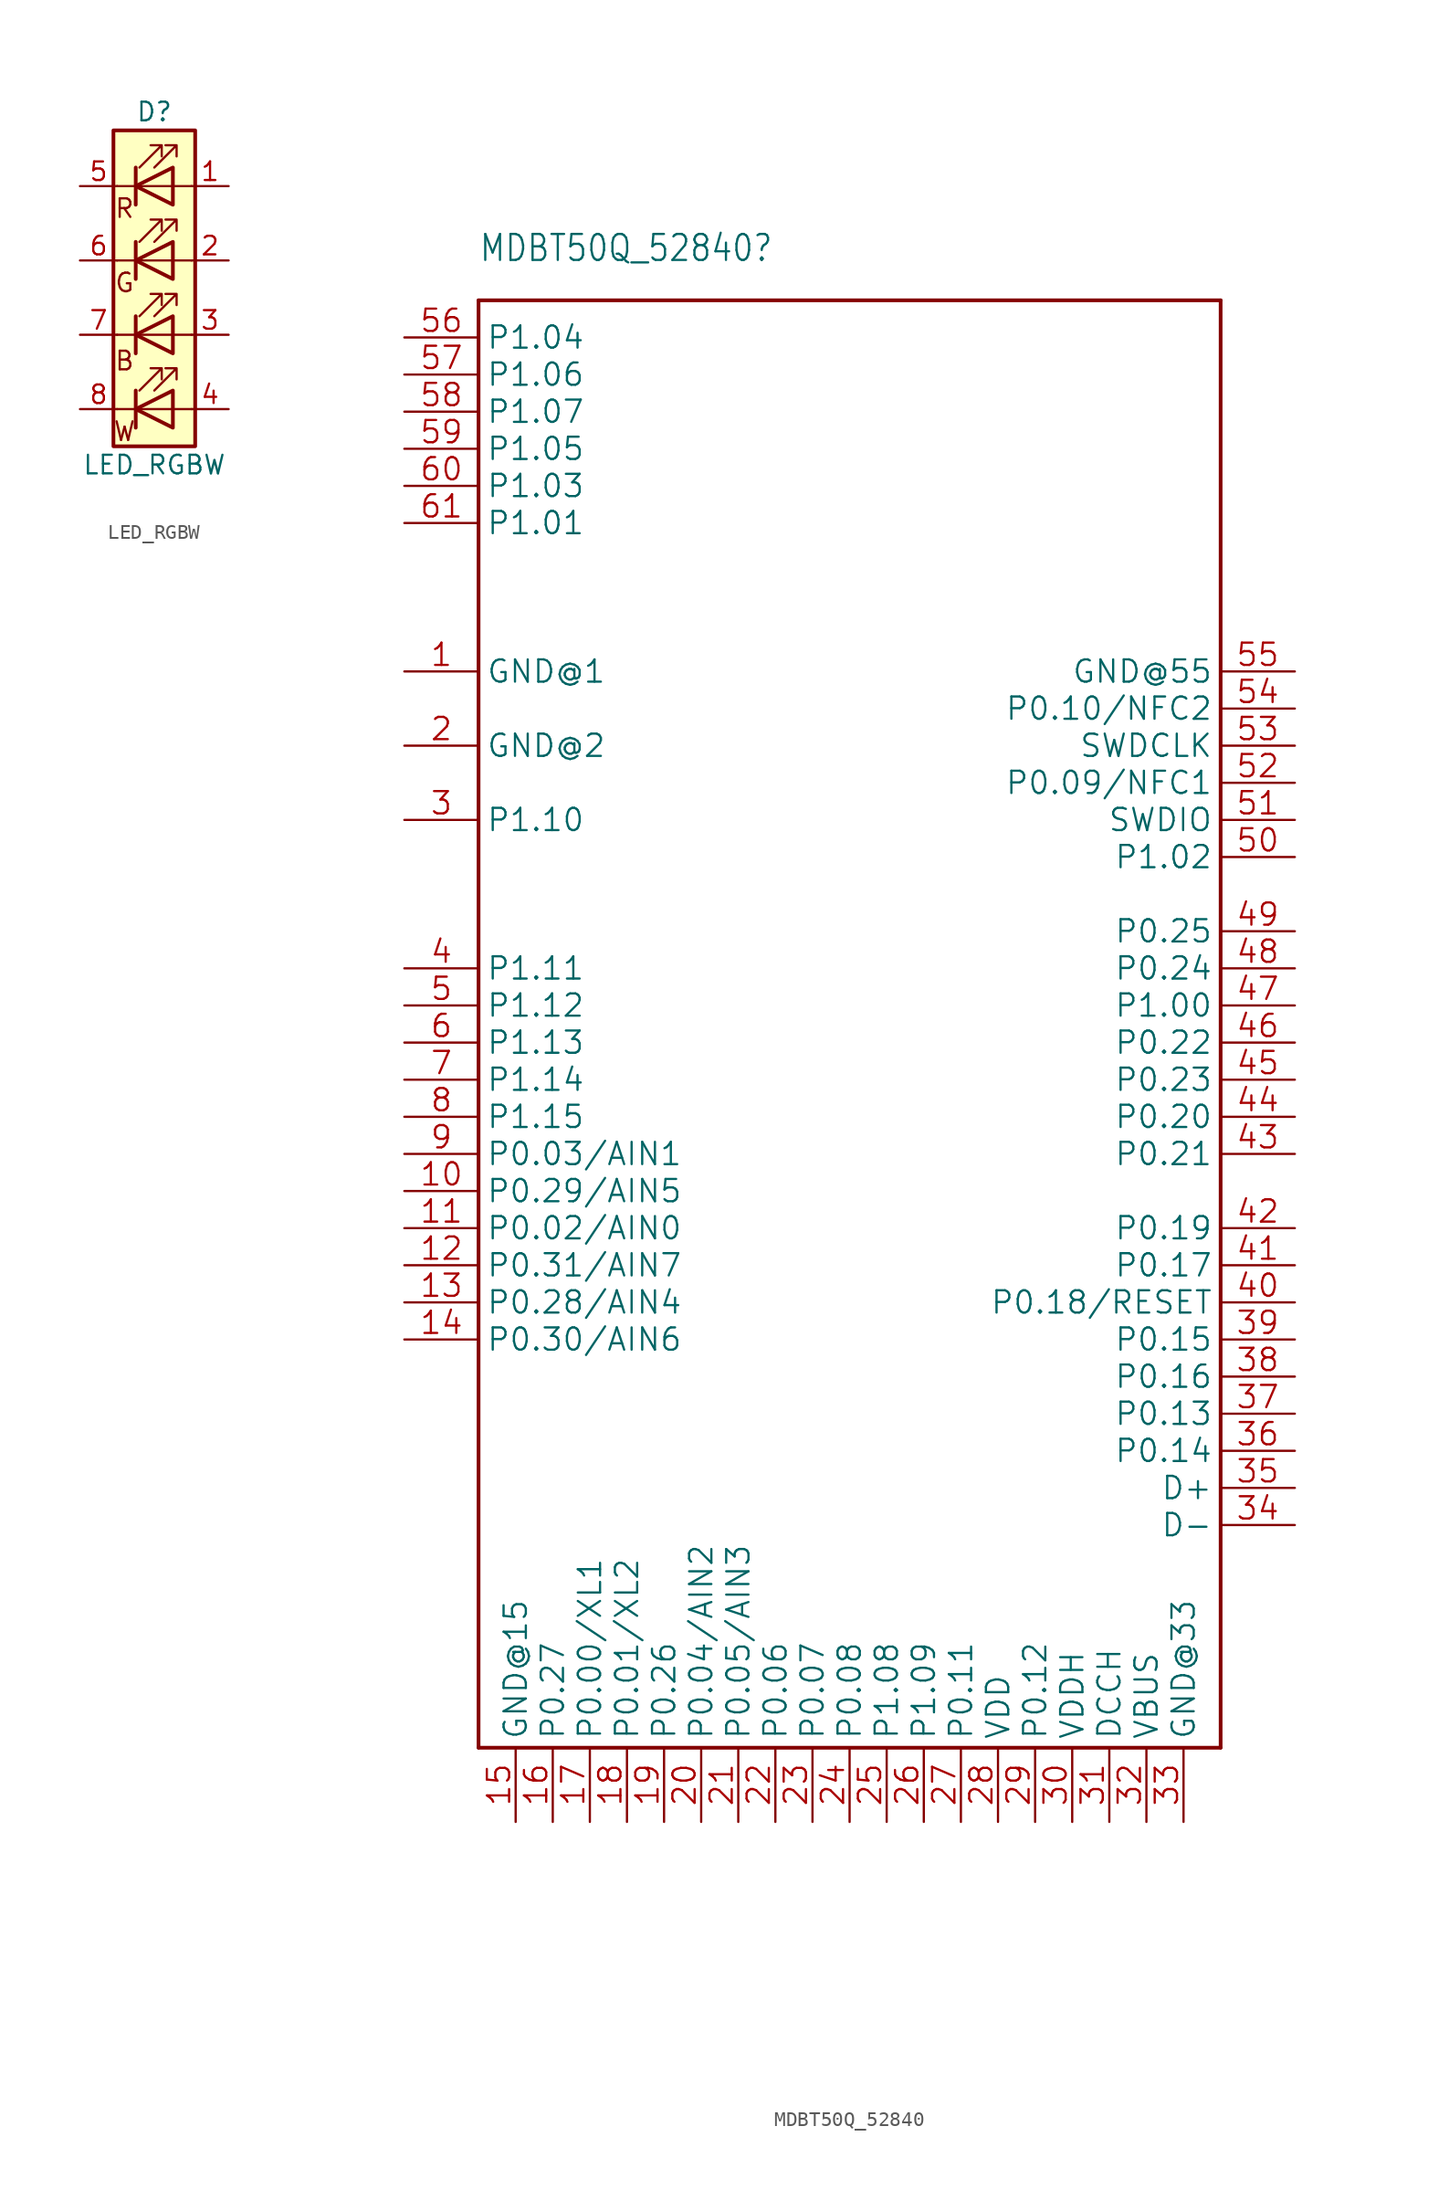
<source format=kicad_sym>
(kicad_symbol_lib
  (version 20241209)
  (generator "kicad_symbol_editor")
  (generator_version "9.0")
  (symbol "LED_RGBW"
    (pin_names
      (offset 0)
      (hide yes))
    (property "Reference" "D"
      (at 0 15.24 0)
      (effects (font (size 1.27 1.27))))
    (property "Value" "LED_RGBW"
      (at 0 -8.89 0)
      (effects (font (size 1.27 1.27))))
    (symbol "LED_RGBW_0_0"
      (text "R" (at -2.032 8.636 0) (effects (font (size 1.27 1.27))))
      (text "G" (at -2.032 3.556 0) (effects (font (size 1.27 1.27))))
      (text "B" (at -2.032 -1.778 0) (effects (font (size 1.27 1.27)))))
    (symbol "LED_RGBW_0_1"
      (rectangle (start -2.794 13.97) (end 2.794 -7.62) (stroke (width 0.254) (type default)) (fill (type background)))
      (polyline (pts (xy -1.27 11.43) (xy -1.27 8.89)) (stroke (width 0.254) (type default)) (fill (type none)))
      (polyline (pts (xy -1.27 10.16) (xy -2.54 10.16)) (stroke (width 0) (type default)) (fill (type none)))
      (polyline (pts (xy -1.27 10.16) (xy 1.27 10.16)) (stroke (width 0) (type default)) (fill (type none)))
      (polyline (pts (xy -1.27 6.35) (xy -1.27 3.81)) (stroke (width 0.254) (type default)) (fill (type none)))
      (polyline (pts (xy -1.27 6.35) (xy -1.27 3.81) (xy -1.27 3.81)) (stroke (width 0) (type default)) (fill (type none)))
      (polyline (pts (xy -1.27 5.08) (xy -2.54 5.08)) (stroke (width 0) (type default)) (fill (type none)))
      (polyline (pts (xy -1.27 5.08) (xy 1.27 5.08)) (stroke (width 0) (type default)) (fill (type none)))
      (polyline (pts (xy -1.27 1.27) (xy -1.27 -1.27)) (stroke (width 0.254) (type default)) (fill (type none)))
      (polyline (pts (xy -1.27 1.27) (xy -1.27 -1.27) (xy -1.27 -1.27)) (stroke (width 0) (type default)) (fill (type none)))
      (polyline (pts (xy -1.27 0) (xy -2.54 0)) (stroke (width 0) (type default)) (fill (type none)))
      (polyline (pts (xy -1.27 -3.81) (xy -1.27 -6.35)) (stroke (width 0.254) (type default)) (fill (type none)))
      (polyline (pts (xy -1.27 -5.08) (xy -2.54 -5.08)) (stroke (width 0) (type default)) (fill (type none)))
      (polyline (pts (xy -1.27 -5.08) (xy 1.27 -5.08)) (stroke (width 0) (type default)) (fill (type none)))
      (polyline (pts (xy -1.016 11.43) (xy 0.508 12.954) (xy -0.254 12.954) (xy 0.508 12.954) (xy 0.508 12.192)) (stroke (width 0) (type default)) (fill (type none)))
      (polyline (pts (xy -1.016 6.35) (xy 0.508 7.874) (xy -0.254 7.874) (xy 0.508 7.874) (xy 0.508 7.112)) (stroke (width 0) (type default)) (fill (type none)))
      (polyline (pts (xy -1.016 1.27) (xy 0.508 2.794) (xy -0.254 2.794) (xy 0.508 2.794) (xy 0.508 2.032)) (stroke (width 0) (type default)) (fill (type none)))
      (polyline (pts (xy -1.016 -3.81) (xy 0.508 -2.286) (xy -0.254 -2.286) (xy 0.508 -2.286) (xy 0.508 -3.048)) (stroke (width 0) (type default)) (fill (type none)))
      (polyline (pts (xy 0 11.43) (xy 1.524 12.954) (xy 0.762 12.954) (xy 1.524 12.954) (xy 1.524 12.192)) (stroke (width 0) (type default)) (fill (type none)))
      (polyline (pts (xy 0 6.35) (xy 1.524 7.874) (xy 0.762 7.874) (xy 1.524 7.874) (xy 1.524 7.112)) (stroke (width 0) (type default)) (fill (type none)))
      (polyline (pts (xy 0 1.27) (xy 1.524 2.794) (xy 0.762 2.794) (xy 1.524 2.794) (xy 1.524 2.032)) (stroke (width 0) (type default)) (fill (type none)))
      (polyline (pts (xy 0 -3.81) (xy 1.524 -2.286) (xy 0.762 -2.286) (xy 1.524 -2.286) (xy 1.524 -3.048)) (stroke (width 0) (type default)) (fill (type none)))
      (polyline (pts (xy 1.27 11.43) (xy 1.27 8.89) (xy -1.27 10.16) (xy 1.27 11.43)) (stroke (width 0.254) (type default)) (fill (type none)))
      (polyline (pts (xy 1.27 10.16) (xy 2.54 10.16)) (stroke (width 0) (type default)) (fill (type none)))
      (polyline (pts (xy 1.27 6.35) (xy 1.27 3.81) (xy -1.27 5.08) (xy 1.27 6.35)) (stroke (width 0.254) (type default)) (fill (type none)))
      (rectangle (start 1.27 6.35) (end 1.27 6.35) (stroke (width 0) (type default)) (fill (type none)))
      (polyline (pts (xy 1.27 5.08) (xy 2.54 5.08)) (stroke (width 0) (type default)) (fill (type none)))
      (rectangle (start 1.27 3.81) (end 1.27 6.35) (stroke (width 0) (type default)) (fill (type none)))
      (polyline (pts (xy 1.27 1.27) (xy 1.27 -1.27) (xy -1.27 0) (xy 1.27 1.27)) (stroke (width 0.254) (type default)) (fill (type none)))
      (rectangle (start 1.27 1.27) (end 1.27 1.27) (stroke (width 0) (type default)) (fill (type none)))
      (polyline (pts (xy 1.27 0) (xy -1.27 0)) (stroke (width 0) (type default)) (fill (type none)))
      (polyline (pts (xy 1.27 0) (xy 2.54 0)) (stroke (width 0) (type default)) (fill (type none)))
      (rectangle (start 1.27 -1.27) (end 1.27 1.27) (stroke (width 0) (type default)) (fill (type none)))
      (polyline (pts (xy 1.27 -3.81) (xy 1.27 -6.35) (xy -1.27 -5.08) (xy 1.27 -3.81)) (stroke (width 0.254) (type default)) (fill (type none)))
      (polyline (pts (xy 1.27 -5.08) (xy 2.54 -5.08)) (stroke (width 0) (type default)) (fill (type none))))
    (symbol "LED_RGBW_1_1"
      (text "W" (at -2.032 -6.604 0) (effects (font (size 1.27 1.27))))
      (pin passive line (at -5.08 10.16 0) (length 2.54) (name "RK" (effects (font (size 1.27 1.27)))) (number "5" (effects (font (size 1.27 1.27)))))
      (pin passive line (at -5.08 5.08 0) (length 2.54) (name "GK" (effects (font (size 1.27 1.27)))) (number "6" (effects (font (size 1.27 1.27)))))
      (pin passive line (at -5.08 0 0) (length 2.54) (name "BK" (effects (font (size 1.27 1.27)))) (number "7" (effects (font (size 1.27 1.27)))))
      (pin passive line (at -5.08 -5.08 0) (length 2.54) (name "WK" (effects (font (size 1.27 1.27)))) (number "8" (effects (font (size 1.27 1.27)))))
      (pin passive line (at 5.08 10.16 180) (length 2.54) (name "RA" (effects (font (size 1.27 1.27)))) (number "1" (effects (font (size 1.27 1.27)))))
      (pin passive line (at 5.08 5.08 180) (length 2.54) (name "GA" (effects (font (size 1.27 1.27)))) (number "2" (effects (font (size 1.27 1.27)))))
      (pin passive line (at 5.08 0 180) (length 2.54) (name "BA" (effects (font (size 1.27 1.27)))) (number "3" (effects (font (size 1.27 1.27)))))
      (pin passive line (at 5.08 -5.08 180) (length 2.54) (name "WA" (effects (font (size 1.27 1.27)))) (number "4" (effects (font (size 1.27 1.27)))))))
  (symbol "MDBT50Q_52840"
    (property "Reference" "MDBT50Q_52840"
      (at -25.4 50.8 0)
      (effects (font (size 1.778 1.511)) (justify left bottom)))
    (property "Value" ""
      (at -25.4 -63.5 0)
      (effects (font (size 1.778 1.511)) (justify left bottom)))
    (property "ki_locked" ""
      (at 0 0 0)
      (effects (font (size 1.27 1.27))))
    (symbol "MDBT50Q_52840_1_0"
      (polyline (pts (xy -25.4 48.26) (xy -25.4 -50.8)) (stroke (width 0.254) (type solid)) (fill (type none)))
      (polyline (pts (xy -25.4 -50.8) (xy 25.4 -50.8)) (stroke (width 0.254) (type solid)) (fill (type none)))
      (polyline (pts (xy 25.4 48.26) (xy -25.4 48.26)) (stroke (width 0.254) (type solid)) (fill (type none)))
      (polyline (pts (xy 25.4 -50.8) (xy 25.4 48.26)) (stroke (width 0.254) (type solid)) (fill (type none)))
      (pin bidirectional line (at -30.48 45.72 0) (length 5.08) (name "P1.04" (effects (font (size 1.524 1.524)))) (number "56" (effects (font (size 1.524 1.524)))))
      (pin bidirectional line (at -30.48 43.18 0) (length 5.08) (name "P1.06" (effects (font (size 1.524 1.524)))) (number "57" (effects (font (size 1.524 1.524)))))
      (pin bidirectional line (at -30.48 40.64 0) (length 5.08) (name "P1.07" (effects (font (size 1.524 1.524)))) (number "58" (effects (font (size 1.524 1.524)))))
      (pin bidirectional line (at -30.48 38.1 0) (length 5.08) (name "P1.05" (effects (font (size 1.524 1.524)))) (number "59" (effects (font (size 1.524 1.524)))))
      (pin bidirectional line (at -30.48 35.56 0) (length 5.08) (name "P1.03" (effects (font (size 1.524 1.524)))) (number "60" (effects (font (size 1.524 1.524)))))
      (pin bidirectional line (at -30.48 33.02 0) (length 5.08) (name "P1.01" (effects (font (size 1.524 1.524)))) (number "61" (effects (font (size 1.524 1.524)))))
      (pin bidirectional line (at -30.48 22.86 0) (length 5.08) (name "GND@1" (effects (font (size 1.524 1.524)))) (number "1" (effects (font (size 1.524 1.524)))))
      (pin bidirectional line (at -30.48 17.78 0) (length 5.08) (name "GND@2" (effects (font (size 1.524 1.524)))) (number "2" (effects (font (size 1.524 1.524)))))
      (pin bidirectional line (at -30.48 12.7 0) (length 5.08) (name "P1.10" (effects (font (size 1.524 1.524)))) (number "3" (effects (font (size 1.524 1.524)))))
      (pin bidirectional line (at -30.48 2.54 0) (length 5.08) (name "P1.11" (effects (font (size 1.524 1.524)))) (number "4" (effects (font (size 1.524 1.524)))))
      (pin bidirectional line (at -30.48 0 0) (length 5.08) (name "P1.12" (effects (font (size 1.524 1.524)))) (number "5" (effects (font (size 1.524 1.524)))))
      (pin bidirectional line (at -30.48 -2.54 0) (length 5.08) (name "P1.13" (effects (font (size 1.524 1.524)))) (number "6" (effects (font (size 1.524 1.524)))))
      (pin bidirectional line (at -30.48 -5.08 0) (length 5.08) (name "P1.14" (effects (font (size 1.524 1.524)))) (number "7" (effects (font (size 1.524 1.524)))))
      (pin bidirectional line (at -30.48 -7.62 0) (length 5.08) (name "P1.15" (effects (font (size 1.524 1.524)))) (number "8" (effects (font (size 1.524 1.524)))))
      (pin bidirectional line (at -30.48 -10.16 0) (length 5.08) (name "P0.03/AIN1" (effects (font (size 1.524 1.524)))) (number "9" (effects (font (size 1.524 1.524)))))
      (pin bidirectional line (at -30.48 -12.7 0) (length 5.08) (name "P0.29/AIN5" (effects (font (size 1.524 1.524)))) (number "10" (effects (font (size 1.524 1.524)))))
      (pin bidirectional line (at -30.48 -15.24 0) (length 5.08) (name "P0.02/AIN0" (effects (font (size 1.524 1.524)))) (number "11" (effects (font (size 1.524 1.524)))))
      (pin bidirectional line (at -30.48 -17.78 0) (length 5.08) (name "P0.31/AIN7" (effects (font (size 1.524 1.524)))) (number "12" (effects (font (size 1.524 1.524)))))
      (pin bidirectional line (at -30.48 -20.32 0) (length 5.08) (name "P0.28/AIN4" (effects (font (size 1.524 1.524)))) (number "13" (effects (font (size 1.524 1.524)))))
      (pin bidirectional line (at -30.48 -22.86 0) (length 5.08) (name "P0.30/AIN6" (effects (font (size 1.524 1.524)))) (number "14" (effects (font (size 1.524 1.524)))))
      (pin bidirectional line (at -22.86 -55.88 90) (length 5.08) (name "GND@15" (effects (font (size 1.524 1.524)))) (number "15" (effects (font (size 1.524 1.524)))))
      (pin bidirectional line (at -20.32 -55.88 90) (length 5.08) (name "P0.27" (effects (font (size 1.524 1.524)))) (number "16" (effects (font (size 1.524 1.524)))))
      (pin bidirectional line (at -17.78 -55.88 90) (length 5.08) (name "P0.00/XL1" (effects (font (size 1.524 1.524)))) (number "17" (effects (font (size 1.524 1.524)))))
      (pin bidirectional line (at -15.24 -55.88 90) (length 5.08) (name "P0.01/XL2" (effects (font (size 1.524 1.524)))) (number "18" (effects (font (size 1.524 1.524)))))
      (pin bidirectional line (at -12.7 -55.88 90) (length 5.08) (name "P0.26" (effects (font (size 1.524 1.524)))) (number "19" (effects (font (size 1.524 1.524)))))
      (pin bidirectional line (at -10.16 -55.88 90) (length 5.08) (name "P0.04/AIN2" (effects (font (size 1.524 1.524)))) (number "20" (effects (font (size 1.524 1.524)))))
      (pin bidirectional line (at -7.62 -55.88 90) (length 5.08) (name "P0.05/AIN3" (effects (font (size 1.524 1.524)))) (number "21" (effects (font (size 1.524 1.524)))))
      (pin bidirectional line (at -5.08 -55.88 90) (length 5.08) (name "P0.06" (effects (font (size 1.524 1.524)))) (number "22" (effects (font (size 1.524 1.524)))))
      (pin bidirectional line (at -2.54 -55.88 90) (length 5.08) (name "P0.07" (effects (font (size 1.524 1.524)))) (number "23" (effects (font (size 1.524 1.524)))))
      (pin bidirectional line (at 0 -55.88 90) (length 5.08) (name "P0.08" (effects (font (size 1.524 1.524)))) (number "24" (effects (font (size 1.524 1.524)))))
      (pin bidirectional line (at 2.54 -55.88 90) (length 5.08) (name "P1.08" (effects (font (size 1.524 1.524)))) (number "25" (effects (font (size 1.524 1.524)))))
      (pin bidirectional line (at 5.08 -55.88 90) (length 5.08) (name "P1.09" (effects (font (size 1.524 1.524)))) (number "26" (effects (font (size 1.524 1.524)))))
      (pin bidirectional line (at 7.62 -55.88 90) (length 5.08) (name "P0.11" (effects (font (size 1.524 1.524)))) (number "27" (effects (font (size 1.524 1.524)))))
      (pin bidirectional line (at 10.16 -55.88 90) (length 5.08) (name "VDD" (effects (font (size 1.524 1.524)))) (number "28" (effects (font (size 1.524 1.524)))))
      (pin bidirectional line (at 12.7 -55.88 90) (length 5.08) (name "P0.12" (effects (font (size 1.524 1.524)))) (number "29" (effects (font (size 1.524 1.524)))))
      (pin bidirectional line (at 15.24 -55.88 90) (length 5.08) (name "VDDH" (effects (font (size 1.524 1.524)))) (number "30" (effects (font (size 1.524 1.524)))))
      (pin bidirectional line (at 17.78 -55.88 90) (length 5.08) (name "DCCH" (effects (font (size 1.524 1.524)))) (number "31" (effects (font (size 1.524 1.524)))))
      (pin bidirectional line (at 20.32 -55.88 90) (length 5.08) (name "VBUS" (effects (font (size 1.524 1.524)))) (number "32" (effects (font (size 1.524 1.524)))))
      (pin bidirectional line (at 22.86 -55.88 90) (length 5.08) (name "GND@33" (effects (font (size 1.524 1.524)))) (number "33" (effects (font (size 1.524 1.524)))))
      (pin bidirectional line (at 30.48 22.86 180) (length 5.08) (name "GND@55" (effects (font (size 1.524 1.524)))) (number "55" (effects (font (size 1.524 1.524)))))
      (pin bidirectional line (at 30.48 20.32 180) (length 5.08) (name "P0.10/NFC2" (effects (font (size 1.524 1.524)))) (number "54" (effects (font (size 1.524 1.524)))))
      (pin bidirectional line (at 30.48 17.78 180) (length 5.08) (name "SWDCLK" (effects (font (size 1.524 1.524)))) (number "53" (effects (font (size 1.524 1.524)))))
      (pin bidirectional line (at 30.48 15.24 180) (length 5.08) (name "P0.09/NFC1" (effects (font (size 1.524 1.524)))) (number "52" (effects (font (size 1.524 1.524)))))
      (pin bidirectional line (at 30.48 12.7 180) (length 5.08) (name "SWDIO" (effects (font (size 1.524 1.524)))) (number "51" (effects (font (size 1.524 1.524)))))
      (pin bidirectional line (at 30.48 10.16 180) (length 5.08) (name "P1.02" (effects (font (size 1.524 1.524)))) (number "50" (effects (font (size 1.524 1.524)))))
      (pin bidirectional line (at 30.48 5.08 180) (length 5.08) (name "P0.25" (effects (font (size 1.524 1.524)))) (number "49" (effects (font (size 1.524 1.524)))))
      (pin bidirectional line (at 30.48 2.54 180) (length 5.08) (name "P0.24" (effects (font (size 1.524 1.524)))) (number "48" (effects (font (size 1.524 1.524)))))
      (pin bidirectional line (at 30.48 0 180) (length 5.08) (name "P1.00" (effects (font (size 1.524 1.524)))) (number "47" (effects (font (size 1.524 1.524)))))
      (pin bidirectional line (at 30.48 -2.54 180) (length 5.08) (name "P0.22" (effects (font (size 1.524 1.524)))) (number "46" (effects (font (size 1.524 1.524)))))
      (pin bidirectional line (at 30.48 -5.08 180) (length 5.08) (name "P0.23" (effects (font (size 1.524 1.524)))) (number "45" (effects (font (size 1.524 1.524)))))
      (pin bidirectional line (at 30.48 -7.62 180) (length 5.08) (name "P0.20" (effects (font (size 1.524 1.524)))) (number "44" (effects (font (size 1.524 1.524)))))
      (pin bidirectional line (at 30.48 -10.16 180) (length 5.08) (name "P0.21" (effects (font (size 1.524 1.524)))) (number "43" (effects (font (size 1.524 1.524)))))
      (pin bidirectional line (at 30.48 -15.24 180) (length 5.08) (name "P0.19" (effects (font (size 1.524 1.524)))) (number "42" (effects (font (size 1.524 1.524)))))
      (pin bidirectional line (at 30.48 -17.78 180) (length 5.08) (name "P0.17" (effects (font (size 1.524 1.524)))) (number "41" (effects (font (size 1.524 1.524)))))
      (pin bidirectional line (at 30.48 -20.32 180) (length 5.08) (name "P0.18/RESET" (effects (font (size 1.524 1.524)))) (number "40" (effects (font (size 1.524 1.524)))))
      (pin bidirectional line (at 30.48 -22.86 180) (length 5.08) (name "P0.15" (effects (font (size 1.524 1.524)))) (number "39" (effects (font (size 1.524 1.524)))))
      (pin bidirectional line (at 30.48 -25.4 180) (length 5.08) (name "P0.16" (effects (font (size 1.524 1.524)))) (number "38" (effects (font (size 1.524 1.524)))))
      (pin bidirectional line (at 30.48 -27.94 180) (length 5.08) (name "P0.13" (effects (font (size 1.524 1.524)))) (number "37" (effects (font (size 1.524 1.524)))))
      (pin bidirectional line (at 30.48 -30.48 180) (length 5.08) (name "P0.14" (effects (font (size 1.524 1.524)))) (number "36" (effects (font (size 1.524 1.524)))))
      (pin bidirectional line (at 30.48 -33.02 180) (length 5.08) (name "D+" (effects (font (size 1.524 1.524)))) (number "35" (effects (font (size 1.524 1.524)))))
      (pin bidirectional line (at 30.48 -35.56 180) (length 5.08) (name "D-" (effects (font (size 1.524 1.524)))) (number "34" (effects (font (size 1.524 1.524))))))))
</source>
